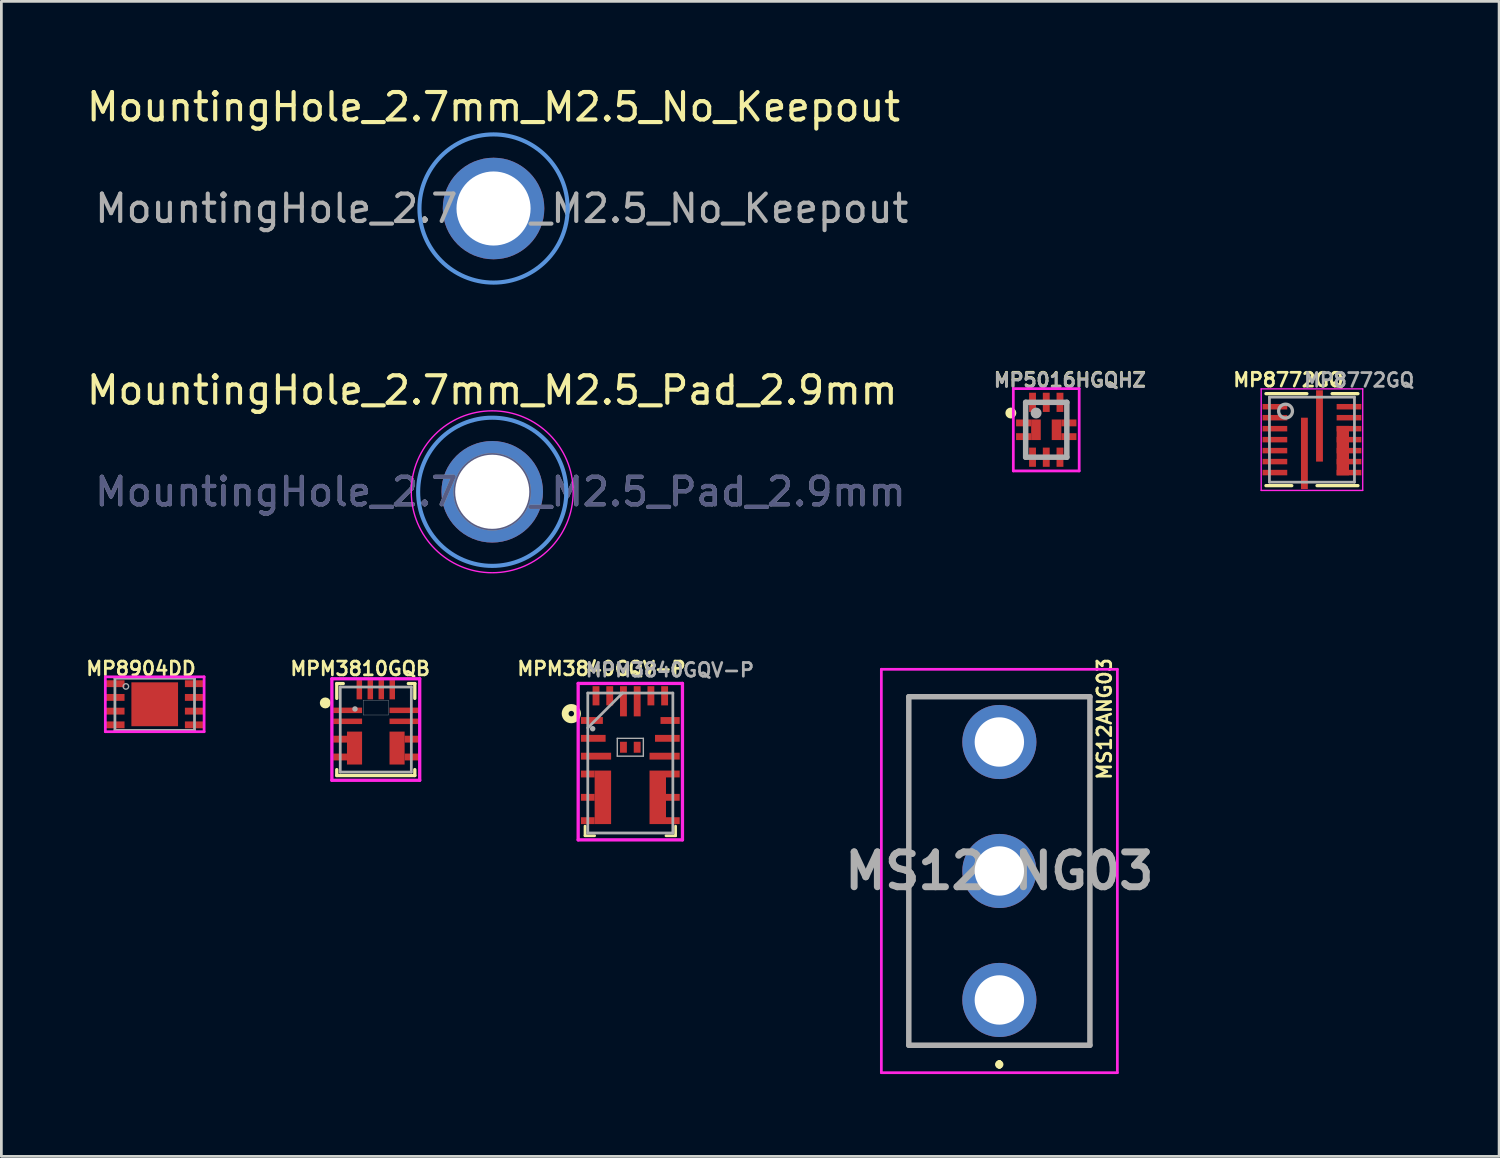
<source format=kicad_pcb>
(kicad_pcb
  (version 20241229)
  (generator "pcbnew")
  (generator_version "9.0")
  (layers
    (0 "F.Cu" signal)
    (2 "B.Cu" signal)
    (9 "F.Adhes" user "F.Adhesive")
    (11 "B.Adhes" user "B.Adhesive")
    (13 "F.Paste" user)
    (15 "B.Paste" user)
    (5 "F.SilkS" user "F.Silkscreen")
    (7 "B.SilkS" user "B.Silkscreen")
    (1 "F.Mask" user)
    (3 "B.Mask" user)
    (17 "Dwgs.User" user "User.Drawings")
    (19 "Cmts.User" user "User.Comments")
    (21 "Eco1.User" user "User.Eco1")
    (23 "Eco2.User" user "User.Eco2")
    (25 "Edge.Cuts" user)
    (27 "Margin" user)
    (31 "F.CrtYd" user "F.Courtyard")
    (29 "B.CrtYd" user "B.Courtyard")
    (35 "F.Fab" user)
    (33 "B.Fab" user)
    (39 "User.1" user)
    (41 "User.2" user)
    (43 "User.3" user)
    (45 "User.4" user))
  (footprint "MountingHole_2.7mm_M2.5_Pad_2.9mm"
    (layer "F.Cu")
    (at 14.887 14.871)
    (property "Reference" "MountingHole_2.7mm_M2.5_Pad_2.9mm" (at 0 -3.7 0) (layer "F.SilkS") (effects (font (size 1 1) (thickness 0.15))))
    (attr exclude_from_pos_files exclude_from_bom)
    (fp_circle (center 0 0) (end 2.7 0) (stroke (width 0.15) (type solid)) (fill no) (layer "Cmts.User"))
    (fp_circle (center 0 0) (end 2.95 0) (stroke (width 0.05) (type solid)) (fill no) (layer "F.CrtYd"))
    (fp_circle (center 0 0) (end 1.35 0) (stroke (width 0.12) (type solid)) (fill no) (layer "B.Fab"))
    (fp_circle (center 0 0) (end 1.35 0) (stroke (width 0.12) (type solid)) (fill no) (layer "F.Fab"))
    (fp_text user "${REFERENCE}" (at 0.3 0 0) (layer "B.Fab") (effects (font (size 1 1) (thickness 0.15))))
    (fp_text user "${REFERENCE}" (at 0.3 0 0) (layer "F.Fab") (effects (font (size 1 1) (thickness 0.15))))
    (pad "1" thru_hole circle (at 0 0) (size 3.7 3.7) (drill 2.7) (layers "*.Cu" "*.Mask")))
  (footprint "MP8772GQ"
    (layer "F.Cu")
    (at 44.758 12.971)
    (property "Reference" "MP8772GQ" (at -0.86 -2.18 0) (layer "F.SilkS") (effects (font (size 0.5 0.5) (thickness 0.1))))
    (attr through_hole)
    (fp_line (start -1.676 1.676) (end -0.735 1.676) (stroke (width 0.12) (type solid)) (layer "F.SilkS"))
    (fp_line (start -0.185 -1.676) (end -1.676 -1.676) (stroke (width 0.12) (type solid)) (layer "F.SilkS"))
    (fp_line (start 0.185 1.676) (end 1.676 1.676) (stroke (width 0.12) (type solid)) (layer "F.SilkS"))
    (fp_line (start 1.676 -1.676) (end 0.735 -1.676) (stroke (width 0.12) (type solid)) (layer "F.SilkS"))
    (fp_line (start -1.85 -1.85) (end -1.85 1.85) (stroke (width 0.05) (type solid)) (layer "F.CrtYd"))
    (fp_line (start -1.85 1.85) (end 1.85 1.85) (stroke (width 0.05) (type solid)) (layer "F.CrtYd"))
    (fp_line (start 1.85 -1.85) (end -1.85 -1.85) (stroke (width 0.05) (type solid)) (layer "F.CrtYd"))
    (fp_line (start 1.85 1.85) (end 1.85 -1.85) (stroke (width 0.05) (type solid)) (layer "F.CrtYd"))
    (fp_line (start -1.549 -1.549) (end -1.549 1.549) (stroke (width 0.1) (type solid)) (layer "F.Fab"))
    (fp_line (start -1.549 1.549) (end 1.549 1.549) (stroke (width 0.1) (type solid)) (layer "F.Fab"))
    (fp_line (start 1.549 -1.549) (end -1.549 -1.549) (stroke (width 0.1) (type solid)) (layer "F.Fab"))
    (fp_line (start 1.549 1.549) (end 1.549 -1.549) (stroke (width 0.1) (type solid)) (layer "F.Fab"))
    (fp_circle (center -0.962 -1.04) (end -0.71 -1.04) (stroke (width 0.12) (type solid)) (fill no) (layer "F.Fab"))
    (fp_text user "${REFERENCE}" (at 1.72 -2.17 0) (layer "F.Fab") (effects (font (size 0.5 0.5) (thickness 0.1))))
    (pad "1" smd rect (at -1.35 -1.2) (size 0.9 0.2) (layers "F.Cu" "F.Mask" "F.Paste"))
    (pad "2" smd rect (at -1.35 -0.8) (size 0.9 0.2) (layers "F.Cu" "F.Mask" "F.Paste"))
    (pad "3" smd rect (at -1.35 -0.4) (size 0.9 0.2) (layers "F.Cu" "F.Mask" "F.Paste"))
    (pad "4" smd rect (at -1.35 0) (size 0.9 0.2) (layers "F.Cu" "F.Mask" "F.Paste"))
    (pad "5" smd rect (at -1.35 0.4) (size 0.9 0.2) (layers "F.Cu" "F.Mask" "F.Paste"))
    (pad "6" smd rect (at -1.35 0.8) (size 0.9 0.2) (layers "F.Cu" "F.Mask" "F.Paste"))
    (pad "7" smd rect (at -1.35 1.2) (size 0.9 0.2) (layers "F.Cu" "F.Mask" "F.Paste"))
    (pad "8" smd rect (at -0.275 0.5) (size 0.25 2.6) (layers "F.Cu" "F.Mask" "F.Paste"))
    (pad "9" smd rect (at 1.35 1.2) (size 0.9 0.2) (layers "F.Cu" "F.Mask" "F.Paste"))
    (pad "10" smd rect (at 1.35 0.8) (size 0.9 0.2) (layers "F.Cu" "F.Mask" "F.Paste"))
    (pad "11" smd rect (at 1.35 0.4) (size 0.9 0.2) (layers "F.Cu" "F.Mask" "F.Paste"))
    (pad "12" smd rect (at 1.35 0) (size 0.9 0.2) (layers "F.Cu" "F.Mask" "F.Paste"))
    (pad "13" smd rect (at 1.35 -0.4) (size 0.9 0.2) (layers "F.Cu" "F.Mask" "F.Paste"))
    (pad "14" smd rect (at 1.35 -0.8) (size 0.9 0.2) (layers "F.Cu" "F.Mask" "F.Paste"))
    (pad "15" smd rect (at 1.35 -1.2) (size 0.9 0.2) (layers "F.Cu" "F.Mask" "F.Paste"))
    (pad "16" smd rect (at 0.275 -0.5) (size 0.25 2.6) (layers "F.Cu" "F.Mask" "F.Paste"))
    (pad "A9" smd rect (at 1.125 0.4) (size 0.45 1.8) (layers "F.Cu" "F.Mask" "F.Paste")))
  (footprint "MountingHole_2.7mm_M2.5_No_Keepout"
    (layer "F.Cu")
    (at 14.935 4.548)
    (property "Reference" "MountingHole_2.7mm_M2.5_No_Keepout" (at 0 -3.7 0) (layer "F.SilkS") (effects (font (size 1 1) (thickness 0.15))))
    (attr exclude_from_pos_files exclude_from_bom)
    (fp_circle (center 0 0) (end 2.7 0) (stroke (width 0.15) (type solid)) (fill no) (layer "Cmts.User"))
    (fp_circle (center 0 0) (end 2.7 0) (stroke (width 0.05) (type solid)) (fill no) (layer "F.CrtYd"))
    (fp_text user "${REFERENCE}" (at 0.3 0 0) (layer "F.Fab") (effects (font (size 1 1) (thickness 0.15))))
    (pad "1" thru_hole circle (at 0 0) (size 3.7 3.7) (drill 2.7) (layers "*.Cu" "*.Mask")))
  (footprint "MPM3810GQB"
    (layer "F.Cu")
    (at 10.644 23.535)
    (property "Reference" "MPM3810GQB" (at -0.57 -2.22 0) (layer "F.SilkS") (effects (font (size 0.5 0.5) (thickness 0.1))))
    (attr through_hole)
    (fp_line (start -1.422 -1.676) (end -1.185 -1.676) (stroke (width 0.12) (type solid)) (layer "F.SilkS"))
    (fp_line (start -1.422 -1.135) (end -1.422 -1.676) (stroke (width 0.12) (type solid)) (layer "F.SilkS"))
    (fp_line (start -1.422 1.676) (end -1.422 1.46) (stroke (width 0.12) (type solid)) (layer "F.SilkS"))
    (fp_line (start 1.185 -1.676) (end 1.422 -1.676) (stroke (width 0.12) (type solid)) (layer "F.SilkS"))
    (fp_line (start 1.422 -1.676) (end 1.422 -1.135) (stroke (width 0.12) (type solid)) (layer "F.SilkS"))
    (fp_line (start 1.422 1.46) (end 1.422 1.676) (stroke (width 0.12) (type solid)) (layer "F.SilkS"))
    (fp_line (start 1.422 1.676) (end -1.422 1.676) (stroke (width 0.12) (type solid)) (layer "F.SilkS"))
    (fp_circle (center -1.84 -0.97) (end -1.74 -0.97) (stroke (width 0.2) (type solid)) (fill no) (layer "F.SilkS"))
    (fp_line (start -0.46 -1.07) (end -0.46 -0.53) (stroke (width 0.01) (type solid)) (layer "Dwgs.User"))
    (fp_line (start -0.46 -1.07) (end 0.46 -1.07) (stroke (width 0.01) (type solid)) (layer "Dwgs.User"))
    (fp_line (start 0.46 -1.07) (end 0.46 -0.53) (stroke (width 0.01) (type solid)) (layer "Dwgs.User"))
    (fp_line (start 0.46 -0.53) (end -0.46 -0.53) (stroke (width 0.01) (type solid)) (layer "Dwgs.User"))
    (fp_line (start -1.6 -1.85) (end -1.6 1.85) (stroke (width 0.12) (type solid)) (layer "F.CrtYd"))
    (fp_line (start -1.6 1.85) (end 1.6 1.85) (stroke (width 0.12) (type solid)) (layer "F.CrtYd"))
    (fp_line (start 1.6 -1.85) (end -1.6 -1.85) (stroke (width 0.12) (type solid)) (layer "F.CrtYd"))
    (fp_line (start 1.6 1.85) (end 1.6 -1.85) (stroke (width 0.12) (type solid)) (layer "F.CrtYd"))
    (fp_line (start -1.295 -1.549) (end -1.295 1.549) (stroke (width 0.1) (type solid)) (layer "F.Fab"))
    (fp_line (start -1.295 1.549) (end 1.295 1.549) (stroke (width 0.1) (type solid)) (layer "F.Fab"))
    (fp_line (start 1.295 -1.549) (end -1.295 -1.549) (stroke (width 0.1) (type solid)) (layer "F.Fab"))
    (fp_line (start 1.295 1.549) (end 1.295 -1.549) (stroke (width 0.1) (type solid)) (layer "F.Fab"))
    (fp_circle (center -0.758 -0.75) (end -0.758 -0.75) (stroke (width 0.1) (type solid)) (fill no) (layer "F.Fab"))
    (pad "1" smd rect (at -1.025 -0.7) (size 1.05 0.2) (layers "F.Cu" "F.Mask" "F.Paste"))
    (pad "2" smd rect (at -1.025 -0.3) (size 1.05 0.2) (layers "F.Cu" "F.Mask" "F.Paste"))
    (pad "3" smd rect (at -1.3 0.35) (size 0.5 0.25) (layers "F.Cu" "F.Mask" "F.Paste"))
    (pad "3" smd rect (at -1.3 1) (size 0.5 0.25) (layers "F.Cu" "F.Mask" "F.Paste"))
    (pad "3" smd rect (at -0.775 0.675) (size 0.55 1.2) (layers "F.Cu" "F.Mask" "F.Paste"))
    (pad "5" smd rect (at 1.3 1) (size 0.5 0.25) (layers "F.Cu" "F.Mask" "F.Paste"))
    (pad "6" smd rect (at 0.775 0.675) (size 0.55 1.2) (layers "F.Cu" "F.Mask" "F.Paste"))
    (pad "6" smd rect (at 1.3 0.35) (size 0.5 0.25) (layers "F.Cu" "F.Mask" "F.Paste"))
    (pad "7" smd rect (at 1.025 -0.3) (size 1.05 0.2) (layers "F.Cu" "F.Mask" "F.Paste"))
    (pad "8" smd rect (at 1.025 -0.7) (size 1.05 0.2) (layers "F.Cu" "F.Mask" "F.Paste"))
    (pad "9" smd rect (at 0.6 -1.45 90) (size 0.7 0.2) (layers "F.Cu" "F.Mask" "F.Paste"))
    (pad "10" smd rect (at 0.2 -1.45 90) (size 0.7 0.2) (layers "F.Cu" "F.Mask" "F.Paste"))
    (pad "11" smd rect (at -0.2 -1.45 90) (size 0.7 0.2) (layers "F.Cu" "F.Mask" "F.Paste"))
    (pad "12" smd rect (at -0.6 -1.45 90) (size 0.7 0.2) (layers "F.Cu" "F.Mask" "F.Paste")))
  (footprint "MP8904DD"
    (layer "F.Cu")
    (at 2.588 22.614)
    (property "Reference" "MP8904DD" (at -0.5 -1.3 0) (layer "F.SilkS") (effects (font (size 0.5 0.5) (thickness 0.1))))
    (attr smd)
    (fp_line (start -1.8 -1) (end 1.8 -1) (stroke (width 0.1) (type solid)) (layer "F.CrtYd"))
    (fp_line (start -1.8 1) (end -1.8 -1) (stroke (width 0.1) (type solid)) (layer "F.CrtYd"))
    (fp_line (start 1.8 -1) (end 1.8 1) (stroke (width 0.1) (type solid)) (layer "F.CrtYd"))
    (fp_line (start 1.8 1) (end -1.8 1) (stroke (width 0.1) (type solid)) (layer "F.CrtYd"))
    (fp_line (start -1.45 -0.95) (end 1.45 -0.95) (stroke (width 0.1) (type solid)) (layer "F.Fab"))
    (fp_line (start -1.45 0.95) (end -1.45 -0.95) (stroke (width 0.1) (type solid)) (layer "F.Fab"))
    (fp_line (start 1.45 -0.95) (end 1.45 0.95) (stroke (width 0.1) (type solid)) (layer "F.Fab"))
    (fp_line (start 1.45 0.95) (end -1.45 0.95) (stroke (width 0.1) (type solid)) (layer "F.Fab"))
    (fp_circle (center -1.05 -0.65) (end -0.95 -0.65) (stroke (width 0.05) (type solid)) (fill no) (layer "F.Fab"))
    (pad "1" smd rect (at -1.45 -0.75) (size 0.7 0.25) (layers "F.Cu" "F.Mask" "F.Paste"))
    (pad "2" smd rect (at -1.45 -0.25) (size 0.7 0.25) (layers "F.Cu" "F.Mask" "F.Paste"))
    (pad "3" smd rect (at -1.45 0.25) (size 0.7 0.25) (layers "F.Cu" "F.Mask" "F.Paste"))
    (pad "4" smd rect (at -1.45 0.75) (size 0.7 0.25) (layers "F.Cu" "F.Mask" "F.Paste"))
    (pad "5" smd rect (at 1.45 0.75) (size 0.7 0.25) (layers "F.Cu" "F.Mask" "F.Paste"))
    (pad "6" smd rect (at 1.45 0.25) (size 0.7 0.25) (layers "F.Cu" "F.Mask" "F.Paste"))
    (pad "7" smd rect (at 1.45 -0.25) (size 0.7 0.25) (layers "F.Cu" "F.Mask" "F.Paste"))
    (pad "8" smd rect (at 1.45 -0.75) (size 0.7 0.25) (layers "F.Cu" "F.Mask" "F.Paste"))
    (pad "9" smd rect (at 0 0) (size 1.7 1.6) (layers "F.Cu" "F.Mask" "F.Paste")))
  (footprint "MS12ANG03"
    (layer "F.Cu")
    (at 33.367 33.389)
    (property "Reference" "MS12ANG03" (at 3.83 -10.24 270) (layer "F.SilkS") (effects (font (size 0.5 0.5) (thickness 0.1))))
    (attr through_hole)
    (fp_line (start -3.3 -11.05) (end 3.3 -11.05) (stroke (width 0.1) (type solid)) (layer "F.SilkS"))
    (fp_line (start -3.3 1.65) (end -3.3 -11.05) (stroke (width 0.1) (type solid)) (layer "F.SilkS"))
    (fp_line (start 0 2.3) (end 0 2.3) (stroke (width 0.2) (type solid)) (layer "F.SilkS"))
    (fp_line (start 0 2.3) (end 0 2.3) (stroke (width 0.2) (type solid)) (layer "F.SilkS"))
    (fp_line (start 0 2.4) (end 0 2.4) (stroke (width 0.2) (type solid)) (layer "F.SilkS"))
    (fp_line (start 3.3 -11.05) (end 3.3 1.65) (stroke (width 0.1) (type solid)) (layer "F.SilkS"))
    (fp_line (start 3.3 1.65) (end -3.3 1.65) (stroke (width 0.1) (type solid)) (layer "F.SilkS"))
    (fp_arc (start 0 2.3) (mid 0.05 2.35) (end 0 2.4) (stroke (width 0.2) (type solid)) (layer "F.SilkS"))
    (fp_arc (start 0 2.4) (mid -0.05 2.35) (end 0 2.3) (stroke (width 0.2) (type solid)) (layer "F.SilkS"))
    (fp_arc (start 0 2.4) (mid -0.05 2.35) (end 0 2.3) (stroke (width 0.2) (type solid)) (layer "F.SilkS"))
    (fp_line (start -4.3 -12.05) (end 4.3 -12.05) (stroke (width 0.1) (type solid)) (layer "F.CrtYd"))
    (fp_line (start -4.3 2.65) (end -4.3 -12.05) (stroke (width 0.1) (type solid)) (layer "F.CrtYd"))
    (fp_line (start 4.3 -12.05) (end 4.3 2.65) (stroke (width 0.1) (type solid)) (layer "F.CrtYd"))
    (fp_line (start 4.3 2.65) (end -4.3 2.65) (stroke (width 0.1) (type solid)) (layer "F.CrtYd"))
    (fp_line (start -3.3 -11.05) (end -3.3 1.65) (stroke (width 0.2) (type solid)) (layer "F.Fab"))
    (fp_line (start -3.3 1.65) (end 3.3 1.65) (stroke (width 0.2) (type solid)) (layer "F.Fab"))
    (fp_line (start 3.3 -11.05) (end -3.3 -11.05) (stroke (width 0.2) (type solid)) (layer "F.Fab"))
    (fp_line (start 3.3 1.65) (end 3.3 -11.05) (stroke (width 0.2) (type solid)) (layer "F.Fab"))
    (fp_text user "${REFERENCE}" (at 0 -4.7 0) (layer "F.Fab") (effects (font (size 1.27 1.27) (thickness 0.254))))
    (pad "1" thru_hole circle (at 0 0) (size 2.7 2.7) (drill 1.8) (layers "*.Cu" "*.Mask"))
    (pad "2" thru_hole circle (at 0 -4.7) (size 2.7 2.7) (drill 1.8) (layers "*.Cu" "*.Mask"))
    (pad "3" thru_hole circle (at 0 -9.4) (size 2.7 2.7) (drill 1.8) (layers "*.Cu" "*.Mask")))
  (footprint "MPM3840GQV-P"
    (layer "F.Cu")
    (at 19.919 24.755)
    (property "Reference" "MPM3840GQV-P" (at -1.05 -3.44 0) (layer "F.SilkS") (effects (font (size 0.5 0.5) (thickness 0.1))))
    (attr smd)
    (fp_line (start -1.65 2.3) (end -1.65 2.65) (stroke (width 0.1) (type solid)) (layer "F.SilkS"))
    (fp_line (start -1.65 2.65) (end -1.3 2.65) (stroke (width 0.1) (type solid)) (layer "F.SilkS"))
    (fp_line (start 1.3 2.65) (end 1.65 2.65) (stroke (width 0.1) (type solid)) (layer "F.SilkS"))
    (fp_line (start 1.65 2.3) (end 1.65 2.65) (stroke (width 0.1) (type solid)) (layer "F.SilkS"))
    (fp_circle (center -2.15 -1.8) (end -2.05 -1.8) (stroke (width 0.25) (type solid)) (fill no) (layer "F.SilkS"))
    (fp_line (start -1.9 -2.9) (end -1.9 2.8) (stroke (width 0.12) (type solid)) (layer "F.CrtYd"))
    (fp_line (start -1.9 2.8) (end 1.9 2.8) (stroke (width 0.12) (type solid)) (layer "F.CrtYd"))
    (fp_line (start 1.9 -2.9) (end -1.9 -2.9) (stroke (width 0.12) (type solid)) (layer "F.CrtYd"))
    (fp_line (start 1.9 2.8) (end 1.9 -2.9) (stroke (width 0.12) (type solid)) (layer "F.CrtYd"))
    (fp_line (start -1.55 -2.55) (end -1.55 2.55) (stroke (width 0.1) (type solid)) (layer "F.Fab"))
    (fp_line (start -1.55 2.55) (end 1.55 2.55) (stroke (width 0.1) (type solid)) (layer "F.Fab"))
    (fp_line (start -1.549 -1.283) (end -0.279 -2.553) (stroke (width 0.1) (type solid)) (layer "F.Fab"))
    (fp_line (start -0.475 -0.9) (end 0.475 -0.9) (stroke (width 0.05) (type solid)) (layer "F.Fab"))
    (fp_line (start -0.475 -0.25) (end -0.475 -0.9) (stroke (width 0.05) (type solid)) (layer "F.Fab"))
    (fp_line (start 0.475 -0.9) (end 0.475 -0.25) (stroke (width 0.05) (type solid)) (layer "F.Fab"))
    (fp_line (start 0.475 -0.25) (end -0.475 -0.25) (stroke (width 0.05) (type solid)) (layer "F.Fab"))
    (fp_line (start 1.55 -2.55) (end -1.55 -2.55) (stroke (width 0.1) (type solid)) (layer "F.Fab"))
    (fp_line (start 1.55 2.55) (end 1.55 -2.55) (stroke (width 0.1) (type solid)) (layer "F.Fab"))
    (fp_circle (center -1.372 -1.25) (end -1.372 -1.25) (stroke (width 0.1) (type solid)) (fill no) (layer "F.Fab"))
    (fp_text user "${REFERENCE}" (at 1.44 -3.39 0) (layer "F.Fab") (effects (font (size 0.5 0.5) (thickness 0.1))))
    (pad "1" smd rect (at -1.4 -1.55) (size 0.8 0.25) (layers "F.Cu" "F.Mask" "F.Paste"))
    (pad "2" smd rect (at -1.35 -0.9) (size 0.9 0.25) (layers "F.Cu" "F.Mask" "F.Paste"))
    (pad "3" smd rect (at -1.25 -0.25) (size 1.1 0.25) (layers "F.Cu" "F.Mask" "F.Paste"))
    (pad "4" smd rect (at -1.55 0.4) (size 0.5 0.25) (layers "F.Cu" "F.Mask" "F.Paste"))
    (pad "4A" smd rect (at -1 1.25) (size 0.6 1.95) (layers "F.Cu" "F.Mask" "F.Paste"))
    (pad "5" smd rect (at -1.55 1.25) (size 0.5 0.25) (layers "F.Cu" "F.Mask" "F.Paste"))
    (pad "6" smd rect (at -1.55 2.1) (size 0.5 0.25) (layers "F.Cu" "F.Mask" "F.Paste"))
    (pad "7" smd rect (at 1.55 2.1) (size 0.5 0.25) (layers "F.Cu" "F.Mask" "F.Paste"))
    (pad "8" smd rect (at 1.55 1.25) (size 0.5 0.25) (layers "F.Cu" "F.Mask" "F.Paste"))
    (pad "9" smd rect (at 1.55 0.4) (size 0.5 0.25) (layers "F.Cu" "F.Mask" "F.Paste"))
    (pad "9A" smd rect (at 1 1.25) (size 0.6 1.95) (layers "F.Cu" "F.Mask" "F.Paste"))
    (pad "10" smd rect (at 1.25 -0.25) (size 1.1 0.25) (layers "F.Cu" "F.Mask" "F.Paste"))
    (pad "11" smd rect (at 1.35 -0.9) (size 0.9 0.25) (layers "F.Cu" "F.Mask" "F.Paste"))
    (pad "12" smd rect (at 1.45 -1.55) (size 0.7 0.25) (layers "F.Cu" "F.Mask" "F.Paste"))
    (pad "13" smd rect (at 1.25 -2.45 90) (size 0.7 0.25) (layers "F.Cu" "F.Mask" "F.Paste"))
    (pad "14" smd rect (at 0.75 -2.45 90) (size 0.7 0.25) (layers "F.Cu" "F.Mask" "F.Paste"))
    (pad "15" smd rect (at 0.25 -2.25 90) (size 1.1 0.25) (layers "F.Cu" "F.Mask" "F.Paste"))
    (pad "16" smd rect (at -0.25 -2.25 90) (size 1.1 0.25) (layers "F.Cu" "F.Mask" "F.Paste"))
    (pad "17" smd rect (at -0.75 -2.45 90) (size 0.7 0.25) (layers "F.Cu" "F.Mask" "F.Paste"))
    (pad "18" smd rect (at -1.25 -2.45 90) (size 0.7 0.25) (layers "F.Cu" "F.Mask" "F.Paste"))
    (pad "19" smd rect (at -0.25 -0.575) (size 0.25 0.4) (layers "F.Cu" "F.Mask" "F.Paste"))
    (pad "20" smd rect (at 0.25 -0.575) (size 0.25 0.4) (layers "F.Cu" "F.Mask" "F.Paste")))
  (footprint "MP5016HGQHZ"
    (layer "F.Cu")
    (at 35.076 12.611)
    (property "Reference" "MP5016HGQHZ" (at 0.86 -1.82 0) (layer "F.SilkS") (effects (font (size 0.5 0.5) (thickness 0.1))))
    (attr smd)
    (fp_circle (center -1.29 -0.61) (end -1.19 -0.61) (stroke (width 0.2) (type solid)) (fill no) (layer "F.SilkS"))
    (fp_line (start -1.2 -1.5) (end -1.2 1.5) (stroke (width 0.1) (type solid)) (layer "F.CrtYd"))
    (fp_line (start -1.2 1.5) (end 1.2 1.5) (stroke (width 0.1) (type solid)) (layer "F.CrtYd"))
    (fp_line (start 1.2 -1.5) (end -1.2 -1.5) (stroke (width 0.1) (type solid)) (layer "F.CrtYd"))
    (fp_line (start 1.2 1.5) (end 1.2 -1.5) (stroke (width 0.1) (type solid)) (layer "F.CrtYd"))
    (fp_line (start -0.75 -1) (end -0.75 1) (stroke (width 0.2) (type solid)) (layer "F.Fab"))
    (fp_line (start -0.75 1) (end 0.75 1) (stroke (width 0.2) (type solid)) (layer "F.Fab"))
    (fp_line (start 0.75 -1) (end -0.75 -1) (stroke (width 0.2) (type solid)) (layer "F.Fab"))
    (fp_line (start 0.75 1) (end 0.75 -1) (stroke (width 0.2) (type solid)) (layer "F.Fab"))
    (fp_circle (center -0.37 -0.61) (end -0.27 -0.61) (stroke (width 0.2) (type solid)) (fill no) (layer "F.Fab"))
    (fp_text user "${REFERENCE}" (at 0.86 -1.8 0) (layer "F.Fab") (effects (font (size 0.5 0.5) (thickness 0.1))))
    (pad "1" smd rect (at -0.825 -0.25 180) (size 0.55 0.25) (layers "F.Cu" "F.Mask" "F.Paste"))
    (pad "2" smd rect (at -0.825 0.25 180) (size 0.55 0.25) (layers "F.Cu" "F.Mask" "F.Paste"))
    (pad "3" smd rect (at -0.5 1) (size 0.25 0.7) (layers "F.Cu" "F.Mask" "F.Paste"))
    (pad "4" smd rect (at 0 1) (size 0.25 0.7) (layers "F.Cu" "F.Mask" "F.Paste"))
    (pad "5" smd rect (at 0.5 1) (size 0.25 0.7) (layers "F.Cu" "F.Mask" "F.Paste"))
    (pad "6" smd rect (at 0.825 0.25 180) (size 0.55 0.25) (layers "F.Cu" "F.Mask" "F.Paste"))
    (pad "7" smd rect (at 0.825 -0.25 180) (size 0.55 0.25) (layers "F.Cu" "F.Mask" "F.Paste"))
    (pad "8" smd rect (at 0.5 -1) (size 0.25 0.7) (layers "F.Cu" "F.Mask" "F.Paste"))
    (pad "9" smd rect (at 0 -1) (size 0.25 0.7) (layers "F.Cu" "F.Mask" "F.Paste"))
    (pad "10" smd rect (at -0.5 -1) (size 0.25 0.7) (layers "F.Cu" "F.Mask" "F.Paste"))
    (pad "A1" smd rect (at -0.375 0) (size 0.35 0.75) (layers "F.Cu" "F.Mask" "F.Paste"))
    (pad "A7" smd rect (at 0.375 0) (size 0.35 0.75) (layers "F.Cu" "F.Mask" "F.Paste")))
  (gr_rect
    (start -3 -3)
    (end 51.578 39.089)
    (stroke (width 0.1) (type default))
    (fill no)
    (layer "Edge.Cuts")))
</source>
